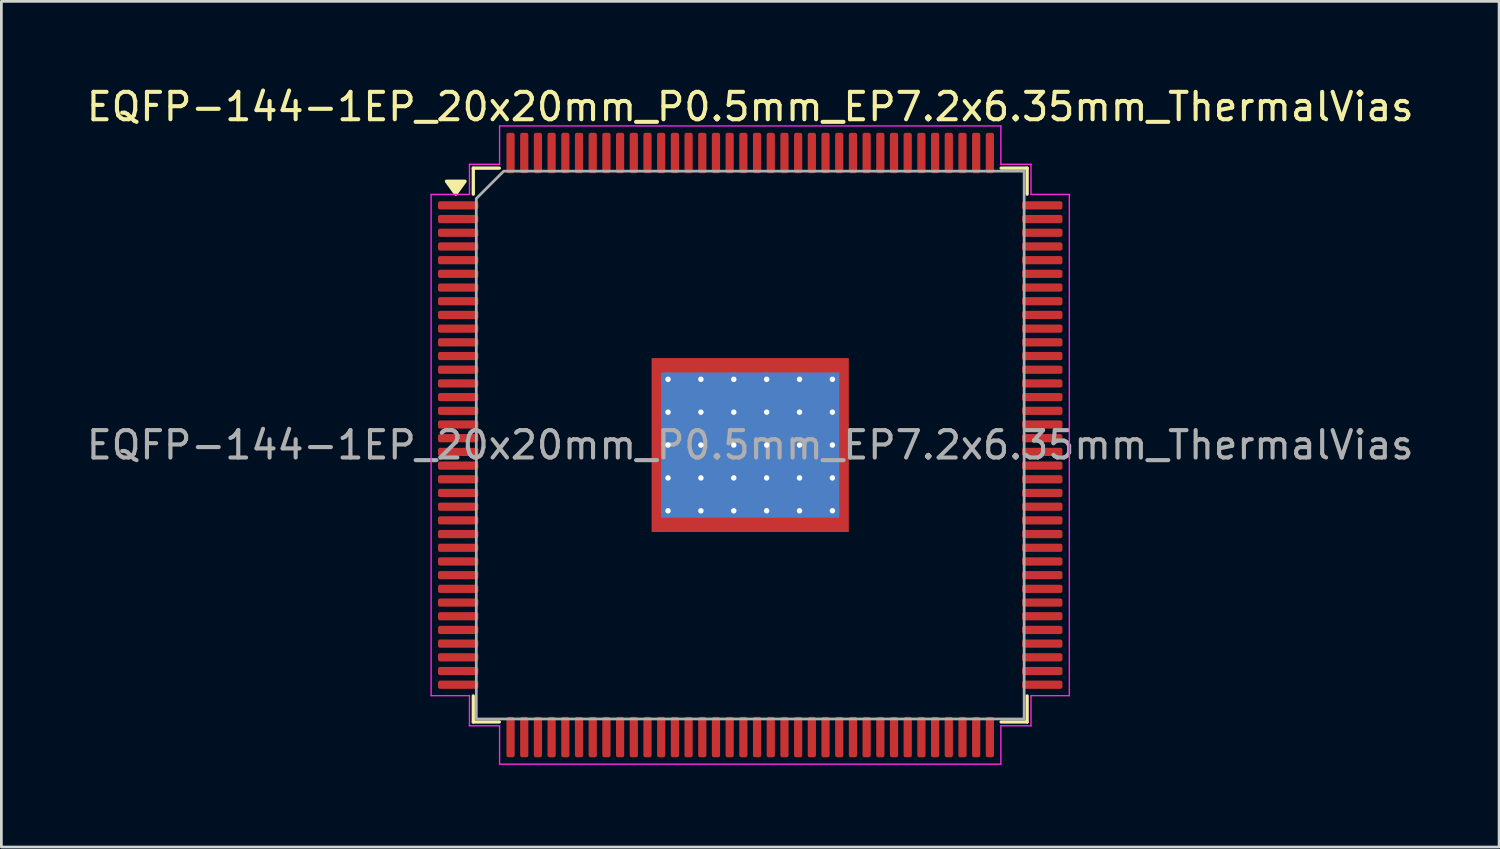
<source format=kicad_pcb>
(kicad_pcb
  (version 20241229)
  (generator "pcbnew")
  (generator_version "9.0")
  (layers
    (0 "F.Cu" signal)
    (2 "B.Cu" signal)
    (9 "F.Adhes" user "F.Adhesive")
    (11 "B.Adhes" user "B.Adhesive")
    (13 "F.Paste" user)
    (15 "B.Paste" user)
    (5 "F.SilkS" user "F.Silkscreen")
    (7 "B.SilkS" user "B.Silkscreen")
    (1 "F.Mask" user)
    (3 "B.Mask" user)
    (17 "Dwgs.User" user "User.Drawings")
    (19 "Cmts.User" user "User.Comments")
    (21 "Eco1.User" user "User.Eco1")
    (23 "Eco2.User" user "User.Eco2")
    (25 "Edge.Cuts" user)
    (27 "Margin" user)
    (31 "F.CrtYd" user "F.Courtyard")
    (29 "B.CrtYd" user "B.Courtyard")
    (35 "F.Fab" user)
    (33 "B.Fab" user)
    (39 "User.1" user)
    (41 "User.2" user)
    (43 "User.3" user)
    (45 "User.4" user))
  (footprint "EQFP-144-1EP_20x20mm_P0.5mm_EP7.2x6.35mm_ThermalVias"
    (layer "F.Cu")
    (at 24.339 13.198)
    (property "Reference" "EQFP-144-1EP_20x20mm_P0.5mm_EP7.2x6.35mm_ThermalVias" (at 0 -12.35 0) (layer "F.SilkS") (effects (font (size 1 1) (thickness 0.15))))
    (attr smd)
    (fp_line (start -10.11 -10.11) (end -9.16 -10.11) (stroke (width 0.12) (type solid)) (layer "F.SilkS"))
    (fp_line (start -10.11 -9.16) (end -10.11 -10.11) (stroke (width 0.12) (type solid)) (layer "F.SilkS"))
    (fp_line (start -10.11 10.11) (end -10.11 9.16) (stroke (width 0.12) (type solid)) (layer "F.SilkS"))
    (fp_line (start -9.16 10.11) (end -10.11 10.11) (stroke (width 0.12) (type solid)) (layer "F.SilkS"))
    (fp_line (start 9.16 -10.11) (end 10.11 -10.11) (stroke (width 0.12) (type solid)) (layer "F.SilkS"))
    (fp_line (start 10.11 -10.11) (end 10.11 -9.16) (stroke (width 0.12) (type solid)) (layer "F.SilkS"))
    (fp_line (start 10.11 9.16) (end 10.11 10.11) (stroke (width 0.12) (type solid)) (layer "F.SilkS"))
    (fp_line (start 10.11 10.11) (end 9.16 10.11) (stroke (width 0.12) (type solid)) (layer "F.SilkS"))
    (fp_poly (pts (xy -10.75 -9.16) (xy -11.09 -9.63) (xy -10.41 -9.63)) (stroke (width 0.12) (type solid)) (fill yes) (layer "F.SilkS"))
    (fp_line (start -11.65 -9.15) (end -10.25 -9.15) (stroke (width 0.05) (type solid)) (layer "F.CrtYd"))
    (fp_line (start -11.65 9.15) (end -11.65 -9.15) (stroke (width 0.05) (type solid)) (layer "F.CrtYd"))
    (fp_line (start -10.25 -10.25) (end -9.15 -10.25) (stroke (width 0.05) (type solid)) (layer "F.CrtYd"))
    (fp_line (start -10.25 -9.15) (end -10.25 -10.25) (stroke (width 0.05) (type solid)) (layer "F.CrtYd"))
    (fp_line (start -10.25 9.15) (end -11.65 9.15) (stroke (width 0.05) (type solid)) (layer "F.CrtYd"))
    (fp_line (start -10.25 10.25) (end -10.25 9.15) (stroke (width 0.05) (type solid)) (layer "F.CrtYd"))
    (fp_line (start -9.15 -11.65) (end 9.15 -11.65) (stroke (width 0.05) (type solid)) (layer "F.CrtYd"))
    (fp_line (start -9.15 -10.25) (end -9.15 -11.65) (stroke (width 0.05) (type solid)) (layer "F.CrtYd"))
    (fp_line (start -9.15 10.25) (end -10.25 10.25) (stroke (width 0.05) (type solid)) (layer "F.CrtYd"))
    (fp_line (start -9.15 11.65) (end -9.15 10.25) (stroke (width 0.05) (type solid)) (layer "F.CrtYd"))
    (fp_line (start 9.15 -11.65) (end 9.15 -10.25) (stroke (width 0.05) (type solid)) (layer "F.CrtYd"))
    (fp_line (start 9.15 -10.25) (end 10.25 -10.25) (stroke (width 0.05) (type solid)) (layer "F.CrtYd"))
    (fp_line (start 9.15 10.25) (end 9.15 11.65) (stroke (width 0.05) (type solid)) (layer "F.CrtYd"))
    (fp_line (start 9.15 11.65) (end -9.15 11.65) (stroke (width 0.05) (type solid)) (layer "F.CrtYd"))
    (fp_line (start 10.25 -10.25) (end 10.25 -9.15) (stroke (width 0.05) (type solid)) (layer "F.CrtYd"))
    (fp_line (start 10.25 -9.15) (end 11.65 -9.15) (stroke (width 0.05) (type solid)) (layer "F.CrtYd"))
    (fp_line (start 10.25 9.15) (end 10.25 10.25) (stroke (width 0.05) (type solid)) (layer "F.CrtYd"))
    (fp_line (start 10.25 10.25) (end 9.15 10.25) (stroke (width 0.05) (type solid)) (layer "F.CrtYd"))
    (fp_line (start 11.65 -9.15) (end 11.65 9.15) (stroke (width 0.05) (type solid)) (layer "F.CrtYd"))
    (fp_line (start 11.65 9.15) (end 10.25 9.15) (stroke (width 0.05) (type solid)) (layer "F.CrtYd"))
    (fp_poly (pts (xy -10 -9) (xy -10 10) (xy 10 10) (xy 10 -10) (xy -9 -10)) (stroke (width 0.1) (type solid)) (fill no) (layer "F.Fab"))
    (fp_text user "${REFERENCE}" (at 0 0 0) (layer "F.Fab") (effects (font (size 1 1) (thickness 0.15))))
    (pad "" smd roundrect (at -3 -2.54) (size 0.97 1.02) (layers "F.Paste") (roundrect_rratio 0.25))
    (pad "" smd roundrect (at -3 -1.27) (size 0.97 1.02) (layers "F.Paste") (roundrect_rratio 0.25))
    (pad "" smd roundrect (at -3 0) (size 0.97 1.02) (layers "F.Paste") (roundrect_rratio 0.25))
    (pad "" smd roundrect (at -3 1.27) (size 0.97 1.02) (layers "F.Paste") (roundrect_rratio 0.25))
    (pad "" smd roundrect (at -3 2.54) (size 0.97 1.02) (layers "F.Paste") (roundrect_rratio 0.25))
    (pad "" smd roundrect (at -1.8 -2.54) (size 0.97 1.02) (layers "F.Paste") (roundrect_rratio 0.25))
    (pad "" smd roundrect (at -1.8 -1.27) (size 0.97 1.02) (layers "F.Paste") (roundrect_rratio 0.25))
    (pad "" smd roundrect (at -1.8 0) (size 0.97 1.02) (layers "F.Paste") (roundrect_rratio 0.25))
    (pad "" smd roundrect (at -1.8 1.27) (size 0.97 1.02) (layers "F.Paste") (roundrect_rratio 0.25))
    (pad "" smd roundrect (at -1.8 2.54) (size 0.97 1.02) (layers "F.Paste") (roundrect_rratio 0.25))
    (pad "" smd roundrect (at -0.6 -2.54) (size 0.97 1.02) (layers "F.Paste") (roundrect_rratio 0.25))
    (pad "" smd roundrect (at -0.6 -1.27) (size 0.97 1.02) (layers "F.Paste") (roundrect_rratio 0.25))
    (pad "" smd roundrect (at -0.6 0) (size 0.97 1.02) (layers "F.Paste") (roundrect_rratio 0.25))
    (pad "" smd roundrect (at -0.6 1.27) (size 0.97 1.02) (layers "F.Paste") (roundrect_rratio 0.25))
    (pad "" smd roundrect (at -0.6 2.54) (size 0.97 1.02) (layers "F.Paste") (roundrect_rratio 0.25))
    (pad "" smd roundrect (at 0.6 -2.54) (size 0.97 1.02) (layers "F.Paste") (roundrect_rratio 0.25))
    (pad "" smd roundrect (at 0.6 -1.27) (size 0.97 1.02) (layers "F.Paste") (roundrect_rratio 0.25))
    (pad "" smd roundrect (at 0.6 0) (size 0.97 1.02) (layers "F.Paste") (roundrect_rratio 0.25))
    (pad "" smd roundrect (at 0.6 1.27) (size 0.97 1.02) (layers "F.Paste") (roundrect_rratio 0.25))
    (pad "" smd roundrect (at 0.6 2.54) (size 0.97 1.02) (layers "F.Paste") (roundrect_rratio 0.25))
    (pad "" smd roundrect (at 1.8 -2.54) (size 0.97 1.02) (layers "F.Paste") (roundrect_rratio 0.25))
    (pad "" smd roundrect (at 1.8 -1.27) (size 0.97 1.02) (layers "F.Paste") (roundrect_rratio 0.25))
    (pad "" smd roundrect (at 1.8 0) (size 0.97 1.02) (layers "F.Paste") (roundrect_rratio 0.25))
    (pad "" smd roundrect (at 1.8 1.27) (size 0.97 1.02) (layers "F.Paste") (roundrect_rratio 0.25))
    (pad "" smd roundrect (at 1.8 2.54) (size 0.97 1.02) (layers "F.Paste") (roundrect_rratio 0.25))
    (pad "" smd roundrect (at 3 -2.54) (size 0.97 1.02) (layers "F.Paste") (roundrect_rratio 0.25))
    (pad "" smd roundrect (at 3 -1.27) (size 0.97 1.02) (layers "F.Paste") (roundrect_rratio 0.25))
    (pad "" smd roundrect (at 3 0) (size 0.97 1.02) (layers "F.Paste") (roundrect_rratio 0.25))
    (pad "" smd roundrect (at 3 1.27) (size 0.97 1.02) (layers "F.Paste") (roundrect_rratio 0.25))
    (pad "" smd roundrect (at 3 2.54) (size 0.97 1.02) (layers "F.Paste") (roundrect_rratio 0.25))
    (pad "1" smd roundrect (at -10.662 -8.75) (size 1.475 0.3) (layers "F.Cu" "F.Mask" "F.Paste") (roundrect_rratio 0.25))
    (pad "2" smd roundrect (at -10.662 -8.25) (size 1.475 0.3) (layers "F.Cu" "F.Mask" "F.Paste") (roundrect_rratio 0.25))
    (pad "3" smd roundrect (at -10.662 -7.75) (size 1.475 0.3) (layers "F.Cu" "F.Mask" "F.Paste") (roundrect_rratio 0.25))
    (pad "4" smd roundrect (at -10.662 -7.25) (size 1.475 0.3) (layers "F.Cu" "F.Mask" "F.Paste") (roundrect_rratio 0.25))
    (pad "5" smd roundrect (at -10.662 -6.75) (size 1.475 0.3) (layers "F.Cu" "F.Mask" "F.Paste") (roundrect_rratio 0.25))
    (pad "6" smd roundrect (at -10.662 -6.25) (size 1.475 0.3) (layers "F.Cu" "F.Mask" "F.Paste") (roundrect_rratio 0.25))
    (pad "7" smd roundrect (at -10.662 -5.75) (size 1.475 0.3) (layers "F.Cu" "F.Mask" "F.Paste") (roundrect_rratio 0.25))
    (pad "8" smd roundrect (at -10.662 -5.25) (size 1.475 0.3) (layers "F.Cu" "F.Mask" "F.Paste") (roundrect_rratio 0.25))
    (pad "9" smd roundrect (at -10.662 -4.75) (size 1.475 0.3) (layers "F.Cu" "F.Mask" "F.Paste") (roundrect_rratio 0.25))
    (pad "10" smd roundrect (at -10.662 -4.25) (size 1.475 0.3) (layers "F.Cu" "F.Mask" "F.Paste") (roundrect_rratio 0.25))
    (pad "11" smd roundrect (at -10.662 -3.75) (size 1.475 0.3) (layers "F.Cu" "F.Mask" "F.Paste") (roundrect_rratio 0.25))
    (pad "12" smd roundrect (at -10.662 -3.25) (size 1.475 0.3) (layers "F.Cu" "F.Mask" "F.Paste") (roundrect_rratio 0.25))
    (pad "13" smd roundrect (at -10.662 -2.75) (size 1.475 0.3) (layers "F.Cu" "F.Mask" "F.Paste") (roundrect_rratio 0.25))
    (pad "14" smd roundrect (at -10.662 -2.25) (size 1.475 0.3) (layers "F.Cu" "F.Mask" "F.Paste") (roundrect_rratio 0.25))
    (pad "15" smd roundrect (at -10.662 -1.75) (size 1.475 0.3) (layers "F.Cu" "F.Mask" "F.Paste") (roundrect_rratio 0.25))
    (pad "16" smd roundrect (at -10.662 -1.25) (size 1.475 0.3) (layers "F.Cu" "F.Mask" "F.Paste") (roundrect_rratio 0.25))
    (pad "17" smd roundrect (at -10.662 -0.75) (size 1.475 0.3) (layers "F.Cu" "F.Mask" "F.Paste") (roundrect_rratio 0.25))
    (pad "18" smd roundrect (at -10.662 -0.25) (size 1.475 0.3) (layers "F.Cu" "F.Mask" "F.Paste") (roundrect_rratio 0.25))
    (pad "19" smd roundrect (at -10.662 0.25) (size 1.475 0.3) (layers "F.Cu" "F.Mask" "F.Paste") (roundrect_rratio 0.25))
    (pad "20" smd roundrect (at -10.662 0.75) (size 1.475 0.3) (layers "F.Cu" "F.Mask" "F.Paste") (roundrect_rratio 0.25))
    (pad "21" smd roundrect (at -10.662 1.25) (size 1.475 0.3) (layers "F.Cu" "F.Mask" "F.Paste") (roundrect_rratio 0.25))
    (pad "22" smd roundrect (at -10.662 1.75) (size 1.475 0.3) (layers "F.Cu" "F.Mask" "F.Paste") (roundrect_rratio 0.25))
    (pad "23" smd roundrect (at -10.662 2.25) (size 1.475 0.3) (layers "F.Cu" "F.Mask" "F.Paste") (roundrect_rratio 0.25))
    (pad "24" smd roundrect (at -10.662 2.75) (size 1.475 0.3) (layers "F.Cu" "F.Mask" "F.Paste") (roundrect_rratio 0.25))
    (pad "25" smd roundrect (at -10.662 3.25) (size 1.475 0.3) (layers "F.Cu" "F.Mask" "F.Paste") (roundrect_rratio 0.25))
    (pad "26" smd roundrect (at -10.662 3.75) (size 1.475 0.3) (layers "F.Cu" "F.Mask" "F.Paste") (roundrect_rratio 0.25))
    (pad "27" smd roundrect (at -10.662 4.25) (size 1.475 0.3) (layers "F.Cu" "F.Mask" "F.Paste") (roundrect_rratio 0.25))
    (pad "28" smd roundrect (at -10.662 4.75) (size 1.475 0.3) (layers "F.Cu" "F.Mask" "F.Paste") (roundrect_rratio 0.25))
    (pad "29" smd roundrect (at -10.662 5.25) (size 1.475 0.3) (layers "F.Cu" "F.Mask" "F.Paste") (roundrect_rratio 0.25))
    (pad "30" smd roundrect (at -10.662 5.75) (size 1.475 0.3) (layers "F.Cu" "F.Mask" "F.Paste") (roundrect_rratio 0.25))
    (pad "31" smd roundrect (at -10.662 6.25) (size 1.475 0.3) (layers "F.Cu" "F.Mask" "F.Paste") (roundrect_rratio 0.25))
    (pad "32" smd roundrect (at -10.662 6.75) (size 1.475 0.3) (layers "F.Cu" "F.Mask" "F.Paste") (roundrect_rratio 0.25))
    (pad "33" smd roundrect (at -10.662 7.25) (size 1.475 0.3) (layers "F.Cu" "F.Mask" "F.Paste") (roundrect_rratio 0.25))
    (pad "34" smd roundrect (at -10.662 7.75) (size 1.475 0.3) (layers "F.Cu" "F.Mask" "F.Paste") (roundrect_rratio 0.25))
    (pad "35" smd roundrect (at -10.662 8.25) (size 1.475 0.3) (layers "F.Cu" "F.Mask" "F.Paste") (roundrect_rratio 0.25))
    (pad "36" smd roundrect (at -10.662 8.75) (size 1.475 0.3) (layers "F.Cu" "F.Mask" "F.Paste") (roundrect_rratio 0.25))
    (pad "37" smd roundrect (at -8.75 10.662) (size 0.3 1.475) (layers "F.Cu" "F.Mask" "F.Paste") (roundrect_rratio 0.25))
    (pad "38" smd roundrect (at -8.25 10.662) (size 0.3 1.475) (layers "F.Cu" "F.Mask" "F.Paste") (roundrect_rratio 0.25))
    (pad "39" smd roundrect (at -7.75 10.662) (size 0.3 1.475) (layers "F.Cu" "F.Mask" "F.Paste") (roundrect_rratio 0.25))
    (pad "40" smd roundrect (at -7.25 10.662) (size 0.3 1.475) (layers "F.Cu" "F.Mask" "F.Paste") (roundrect_rratio 0.25))
    (pad "41" smd roundrect (at -6.75 10.662) (size 0.3 1.475) (layers "F.Cu" "F.Mask" "F.Paste") (roundrect_rratio 0.25))
    (pad "42" smd roundrect (at -6.25 10.662) (size 0.3 1.475) (layers "F.Cu" "F.Mask" "F.Paste") (roundrect_rratio 0.25))
    (pad "43" smd roundrect (at -5.75 10.662) (size 0.3 1.475) (layers "F.Cu" "F.Mask" "F.Paste") (roundrect_rratio 0.25))
    (pad "44" smd roundrect (at -5.25 10.662) (size 0.3 1.475) (layers "F.Cu" "F.Mask" "F.Paste") (roundrect_rratio 0.25))
    (pad "45" smd roundrect (at -4.75 10.662) (size 0.3 1.475) (layers "F.Cu" "F.Mask" "F.Paste") (roundrect_rratio 0.25))
    (pad "46" smd roundrect (at -4.25 10.662) (size 0.3 1.475) (layers "F.Cu" "F.Mask" "F.Paste") (roundrect_rratio 0.25))
    (pad "47" smd roundrect (at -3.75 10.662) (size 0.3 1.475) (layers "F.Cu" "F.Mask" "F.Paste") (roundrect_rratio 0.25))
    (pad "48" smd roundrect (at -3.25 10.662) (size 0.3 1.475) (layers "F.Cu" "F.Mask" "F.Paste") (roundrect_rratio 0.25))
    (pad "49" smd roundrect (at -2.75 10.662) (size 0.3 1.475) (layers "F.Cu" "F.Mask" "F.Paste") (roundrect_rratio 0.25))
    (pad "50" smd roundrect (at -2.25 10.662) (size 0.3 1.475) (layers "F.Cu" "F.Mask" "F.Paste") (roundrect_rratio 0.25))
    (pad "51" smd roundrect (at -1.75 10.662) (size 0.3 1.475) (layers "F.Cu" "F.Mask" "F.Paste") (roundrect_rratio 0.25))
    (pad "52" smd roundrect (at -1.25 10.662) (size 0.3 1.475) (layers "F.Cu" "F.Mask" "F.Paste") (roundrect_rratio 0.25))
    (pad "53" smd roundrect (at -0.75 10.662) (size 0.3 1.475) (layers "F.Cu" "F.Mask" "F.Paste") (roundrect_rratio 0.25))
    (pad "54" smd roundrect (at -0.25 10.662) (size 0.3 1.475) (layers "F.Cu" "F.Mask" "F.Paste") (roundrect_rratio 0.25))
    (pad "55" smd roundrect (at 0.25 10.662) (size 0.3 1.475) (layers "F.Cu" "F.Mask" "F.Paste") (roundrect_rratio 0.25))
    (pad "56" smd roundrect (at 0.75 10.662) (size 0.3 1.475) (layers "F.Cu" "F.Mask" "F.Paste") (roundrect_rratio 0.25))
    (pad "57" smd roundrect (at 1.25 10.662) (size 0.3 1.475) (layers "F.Cu" "F.Mask" "F.Paste") (roundrect_rratio 0.25))
    (pad "58" smd roundrect (at 1.75 10.662) (size 0.3 1.475) (layers "F.Cu" "F.Mask" "F.Paste") (roundrect_rratio 0.25))
    (pad "59" smd roundrect (at 2.25 10.662) (size 0.3 1.475) (layers "F.Cu" "F.Mask" "F.Paste") (roundrect_rratio 0.25))
    (pad "60" smd roundrect (at 2.75 10.662) (size 0.3 1.475) (layers "F.Cu" "F.Mask" "F.Paste") (roundrect_rratio 0.25))
    (pad "61" smd roundrect (at 3.25 10.662) (size 0.3 1.475) (layers "F.Cu" "F.Mask" "F.Paste") (roundrect_rratio 0.25))
    (pad "62" smd roundrect (at 3.75 10.662) (size 0.3 1.475) (layers "F.Cu" "F.Mask" "F.Paste") (roundrect_rratio 0.25))
    (pad "63" smd roundrect (at 4.25 10.662) (size 0.3 1.475) (layers "F.Cu" "F.Mask" "F.Paste") (roundrect_rratio 0.25))
    (pad "64" smd roundrect (at 4.75 10.662) (size 0.3 1.475) (layers "F.Cu" "F.Mask" "F.Paste") (roundrect_rratio 0.25))
    (pad "65" smd roundrect (at 5.25 10.662) (size 0.3 1.475) (layers "F.Cu" "F.Mask" "F.Paste") (roundrect_rratio 0.25))
    (pad "66" smd roundrect (at 5.75 10.662) (size 0.3 1.475) (layers "F.Cu" "F.Mask" "F.Paste") (roundrect_rratio 0.25))
    (pad "67" smd roundrect (at 6.25 10.662) (size 0.3 1.475) (layers "F.Cu" "F.Mask" "F.Paste") (roundrect_rratio 0.25))
    (pad "68" smd roundrect (at 6.75 10.662) (size 0.3 1.475) (layers "F.Cu" "F.Mask" "F.Paste") (roundrect_rratio 0.25))
    (pad "69" smd roundrect (at 7.25 10.662) (size 0.3 1.475) (layers "F.Cu" "F.Mask" "F.Paste") (roundrect_rratio 0.25))
    (pad "70" smd roundrect (at 7.75 10.662) (size 0.3 1.475) (layers "F.Cu" "F.Mask" "F.Paste") (roundrect_rratio 0.25))
    (pad "71" smd roundrect (at 8.25 10.662) (size 0.3 1.475) (layers "F.Cu" "F.Mask" "F.Paste") (roundrect_rratio 0.25))
    (pad "72" smd roundrect (at 8.75 10.662) (size 0.3 1.475) (layers "F.Cu" "F.Mask" "F.Paste") (roundrect_rratio 0.25))
    (pad "73" smd roundrect (at 10.662 8.75) (size 1.475 0.3) (layers "F.Cu" "F.Mask" "F.Paste") (roundrect_rratio 0.25))
    (pad "74" smd roundrect (at 10.662 8.25) (size 1.475 0.3) (layers "F.Cu" "F.Mask" "F.Paste") (roundrect_rratio 0.25))
    (pad "75" smd roundrect (at 10.662 7.75) (size 1.475 0.3) (layers "F.Cu" "F.Mask" "F.Paste") (roundrect_rratio 0.25))
    (pad "76" smd roundrect (at 10.662 7.25) (size 1.475 0.3) (layers "F.Cu" "F.Mask" "F.Paste") (roundrect_rratio 0.25))
    (pad "77" smd roundrect (at 10.662 6.75) (size 1.475 0.3) (layers "F.Cu" "F.Mask" "F.Paste") (roundrect_rratio 0.25))
    (pad "78" smd roundrect (at 10.662 6.25) (size 1.475 0.3) (layers "F.Cu" "F.Mask" "F.Paste") (roundrect_rratio 0.25))
    (pad "79" smd roundrect (at 10.662 5.75) (size 1.475 0.3) (layers "F.Cu" "F.Mask" "F.Paste") (roundrect_rratio 0.25))
    (pad "80" smd roundrect (at 10.662 5.25) (size 1.475 0.3) (layers "F.Cu" "F.Mask" "F.Paste") (roundrect_rratio 0.25))
    (pad "81" smd roundrect (at 10.662 4.75) (size 1.475 0.3) (layers "F.Cu" "F.Mask" "F.Paste") (roundrect_rratio 0.25))
    (pad "82" smd roundrect (at 10.662 4.25) (size 1.475 0.3) (layers "F.Cu" "F.Mask" "F.Paste") (roundrect_rratio 0.25))
    (pad "83" smd roundrect (at 10.662 3.75) (size 1.475 0.3) (layers "F.Cu" "F.Mask" "F.Paste") (roundrect_rratio 0.25))
    (pad "84" smd roundrect (at 10.662 3.25) (size 1.475 0.3) (layers "F.Cu" "F.Mask" "F.Paste") (roundrect_rratio 0.25))
    (pad "85" smd roundrect (at 10.662 2.75) (size 1.475 0.3) (layers "F.Cu" "F.Mask" "F.Paste") (roundrect_rratio 0.25))
    (pad "86" smd roundrect (at 10.662 2.25) (size 1.475 0.3) (layers "F.Cu" "F.Mask" "F.Paste") (roundrect_rratio 0.25))
    (pad "87" smd roundrect (at 10.662 1.75) (size 1.475 0.3) (layers "F.Cu" "F.Mask" "F.Paste") (roundrect_rratio 0.25))
    (pad "88" smd roundrect (at 10.662 1.25) (size 1.475 0.3) (layers "F.Cu" "F.Mask" "F.Paste") (roundrect_rratio 0.25))
    (pad "89" smd roundrect (at 10.662 0.75) (size 1.475 0.3) (layers "F.Cu" "F.Mask" "F.Paste") (roundrect_rratio 0.25))
    (pad "90" smd roundrect (at 10.662 0.25) (size 1.475 0.3) (layers "F.Cu" "F.Mask" "F.Paste") (roundrect_rratio 0.25))
    (pad "91" smd roundrect (at 10.662 -0.25) (size 1.475 0.3) (layers "F.Cu" "F.Mask" "F.Paste") (roundrect_rratio 0.25))
    (pad "92" smd roundrect (at 10.662 -0.75) (size 1.475 0.3) (layers "F.Cu" "F.Mask" "F.Paste") (roundrect_rratio 0.25))
    (pad "93" smd roundrect (at 10.662 -1.25) (size 1.475 0.3) (layers "F.Cu" "F.Mask" "F.Paste") (roundrect_rratio 0.25))
    (pad "94" smd roundrect (at 10.662 -1.75) (size 1.475 0.3) (layers "F.Cu" "F.Mask" "F.Paste") (roundrect_rratio 0.25))
    (pad "95" smd roundrect (at 10.662 -2.25) (size 1.475 0.3) (layers "F.Cu" "F.Mask" "F.Paste") (roundrect_rratio 0.25))
    (pad "96" smd roundrect (at 10.662 -2.75) (size 1.475 0.3) (layers "F.Cu" "F.Mask" "F.Paste") (roundrect_rratio 0.25))
    (pad "97" smd roundrect (at 10.662 -3.25) (size 1.475 0.3) (layers "F.Cu" "F.Mask" "F.Paste") (roundrect_rratio 0.25))
    (pad "98" smd roundrect (at 10.662 -3.75) (size 1.475 0.3) (layers "F.Cu" "F.Mask" "F.Paste") (roundrect_rratio 0.25))
    (pad "99" smd roundrect (at 10.662 -4.25) (size 1.475 0.3) (layers "F.Cu" "F.Mask" "F.Paste") (roundrect_rratio 0.25))
    (pad "100" smd roundrect (at 10.662 -4.75) (size 1.475 0.3) (layers "F.Cu" "F.Mask" "F.Paste") (roundrect_rratio 0.25))
    (pad "101" smd roundrect (at 10.662 -5.25) (size 1.475 0.3) (layers "F.Cu" "F.Mask" "F.Paste") (roundrect_rratio 0.25))
    (pad "102" smd roundrect (at 10.662 -5.75) (size 1.475 0.3) (layers "F.Cu" "F.Mask" "F.Paste") (roundrect_rratio 0.25))
    (pad "103" smd roundrect (at 10.662 -6.25) (size 1.475 0.3) (layers "F.Cu" "F.Mask" "F.Paste") (roundrect_rratio 0.25))
    (pad "104" smd roundrect (at 10.662 -6.75) (size 1.475 0.3) (layers "F.Cu" "F.Mask" "F.Paste") (roundrect_rratio 0.25))
    (pad "105" smd roundrect (at 10.662 -7.25) (size 1.475 0.3) (layers "F.Cu" "F.Mask" "F.Paste") (roundrect_rratio 0.25))
    (pad "106" smd roundrect (at 10.662 -7.75) (size 1.475 0.3) (layers "F.Cu" "F.Mask" "F.Paste") (roundrect_rratio 0.25))
    (pad "107" smd roundrect (at 10.662 -8.25) (size 1.475 0.3) (layers "F.Cu" "F.Mask" "F.Paste") (roundrect_rratio 0.25))
    (pad "108" smd roundrect (at 10.662 -8.75) (size 1.475 0.3) (layers "F.Cu" "F.Mask" "F.Paste") (roundrect_rratio 0.25))
    (pad "109" smd roundrect (at 8.75 -10.662) (size 0.3 1.475) (layers "F.Cu" "F.Mask" "F.Paste") (roundrect_rratio 0.25))
    (pad "110" smd roundrect (at 8.25 -10.662) (size 0.3 1.475) (layers "F.Cu" "F.Mask" "F.Paste") (roundrect_rratio 0.25))
    (pad "111" smd roundrect (at 7.75 -10.662) (size 0.3 1.475) (layers "F.Cu" "F.Mask" "F.Paste") (roundrect_rratio 0.25))
    (pad "112" smd roundrect (at 7.25 -10.662) (size 0.3 1.475) (layers "F.Cu" "F.Mask" "F.Paste") (roundrect_rratio 0.25))
    (pad "113" smd roundrect (at 6.75 -10.662) (size 0.3 1.475) (layers "F.Cu" "F.Mask" "F.Paste") (roundrect_rratio 0.25))
    (pad "114" smd roundrect (at 6.25 -10.662) (size 0.3 1.475) (layers "F.Cu" "F.Mask" "F.Paste") (roundrect_rratio 0.25))
    (pad "115" smd roundrect (at 5.75 -10.662) (size 0.3 1.475) (layers "F.Cu" "F.Mask" "F.Paste") (roundrect_rratio 0.25))
    (pad "116" smd roundrect (at 5.25 -10.662) (size 0.3 1.475) (layers "F.Cu" "F.Mask" "F.Paste") (roundrect_rratio 0.25))
    (pad "117" smd roundrect (at 4.75 -10.662) (size 0.3 1.475) (layers "F.Cu" "F.Mask" "F.Paste") (roundrect_rratio 0.25))
    (pad "118" smd roundrect (at 4.25 -10.662) (size 0.3 1.475) (layers "F.Cu" "F.Mask" "F.Paste") (roundrect_rratio 0.25))
    (pad "119" smd roundrect (at 3.75 -10.662) (size 0.3 1.475) (layers "F.Cu" "F.Mask" "F.Paste") (roundrect_rratio 0.25))
    (pad "120" smd roundrect (at 3.25 -10.662) (size 0.3 1.475) (layers "F.Cu" "F.Mask" "F.Paste") (roundrect_rratio 0.25))
    (pad "121" smd roundrect (at 2.75 -10.662) (size 0.3 1.475) (layers "F.Cu" "F.Mask" "F.Paste") (roundrect_rratio 0.25))
    (pad "122" smd roundrect (at 2.25 -10.662) (size 0.3 1.475) (layers "F.Cu" "F.Mask" "F.Paste") (roundrect_rratio 0.25))
    (pad "123" smd roundrect (at 1.75 -10.662) (size 0.3 1.475) (layers "F.Cu" "F.Mask" "F.Paste") (roundrect_rratio 0.25))
    (pad "124" smd roundrect (at 1.25 -10.662) (size 0.3 1.475) (layers "F.Cu" "F.Mask" "F.Paste") (roundrect_rratio 0.25))
    (pad "125" smd roundrect (at 0.75 -10.662) (size 0.3 1.475) (layers "F.Cu" "F.Mask" "F.Paste") (roundrect_rratio 0.25))
    (pad "126" smd roundrect (at 0.25 -10.662) (size 0.3 1.475) (layers "F.Cu" "F.Mask" "F.Paste") (roundrect_rratio 0.25))
    (pad "127" smd roundrect (at -0.25 -10.662) (size 0.3 1.475) (layers "F.Cu" "F.Mask" "F.Paste") (roundrect_rratio 0.25))
    (pad "128" smd roundrect (at -0.75 -10.662) (size 0.3 1.475) (layers "F.Cu" "F.Mask" "F.Paste") (roundrect_rratio 0.25))
    (pad "129" smd roundrect (at -1.25 -10.662) (size 0.3 1.475) (layers "F.Cu" "F.Mask" "F.Paste") (roundrect_rratio 0.25))
    (pad "130" smd roundrect (at -1.75 -10.662) (size 0.3 1.475) (layers "F.Cu" "F.Mask" "F.Paste") (roundrect_rratio 0.25))
    (pad "131" smd roundrect (at -2.25 -10.662) (size 0.3 1.475) (layers "F.Cu" "F.Mask" "F.Paste") (roundrect_rratio 0.25))
    (pad "132" smd roundrect (at -2.75 -10.662) (size 0.3 1.475) (layers "F.Cu" "F.Mask" "F.Paste") (roundrect_rratio 0.25))
    (pad "133" smd roundrect (at -3.25 -10.662) (size 0.3 1.475) (layers "F.Cu" "F.Mask" "F.Paste") (roundrect_rratio 0.25))
    (pad "134" smd roundrect (at -3.75 -10.662) (size 0.3 1.475) (layers "F.Cu" "F.Mask" "F.Paste") (roundrect_rratio 0.25))
    (pad "135" smd roundrect (at -4.25 -10.662) (size 0.3 1.475) (layers "F.Cu" "F.Mask" "F.Paste") (roundrect_rratio 0.25))
    (pad "136" smd roundrect (at -4.75 -10.662) (size 0.3 1.475) (layers "F.Cu" "F.Mask" "F.Paste") (roundrect_rratio 0.25))
    (pad "137" smd roundrect (at -5.25 -10.662) (size 0.3 1.475) (layers "F.Cu" "F.Mask" "F.Paste") (roundrect_rratio 0.25))
    (pad "138" smd roundrect (at -5.75 -10.662) (size 0.3 1.475) (layers "F.Cu" "F.Mask" "F.Paste") (roundrect_rratio 0.25))
    (pad "139" smd roundrect (at -6.25 -10.662) (size 0.3 1.475) (layers "F.Cu" "F.Mask" "F.Paste") (roundrect_rratio 0.25))
    (pad "140" smd roundrect (at -6.75 -10.662) (size 0.3 1.475) (layers "F.Cu" "F.Mask" "F.Paste") (roundrect_rratio 0.25))
    (pad "141" smd roundrect (at -7.25 -10.662) (size 0.3 1.475) (layers "F.Cu" "F.Mask" "F.Paste") (roundrect_rratio 0.25))
    (pad "142" smd roundrect (at -7.75 -10.662) (size 0.3 1.475) (layers "F.Cu" "F.Mask" "F.Paste") (roundrect_rratio 0.25))
    (pad "143" smd roundrect (at -8.25 -10.662) (size 0.3 1.475) (layers "F.Cu" "F.Mask" "F.Paste") (roundrect_rratio 0.25))
    (pad "144" smd roundrect (at -8.75 -10.662) (size 0.3 1.475) (layers "F.Cu" "F.Mask" "F.Paste") (roundrect_rratio 0.25))
    (pad "145" thru_hole circle (at -3 -2.4) (size 0.5 0.5) (drill 0.2) (property pad_prop_heatsink) (layers "*.Cu"))
    (pad "145" thru_hole circle (at -3 -1.2) (size 0.5 0.5) (drill 0.2) (property pad_prop_heatsink) (layers "*.Cu"))
    (pad "145" thru_hole circle (at -3 0) (size 0.5 0.5) (drill 0.2) (property pad_prop_heatsink) (layers "*.Cu"))
    (pad "145" thru_hole circle (at -3 1.2) (size 0.5 0.5) (drill 0.2) (property pad_prop_heatsink) (layers "*.Cu"))
    (pad "145" thru_hole circle (at -3 2.4) (size 0.5 0.5) (drill 0.2) (property pad_prop_heatsink) (layers "*.Cu"))
    (pad "145" thru_hole circle (at -1.8 -2.4) (size 0.5 0.5) (drill 0.2) (property pad_prop_heatsink) (layers "*.Cu"))
    (pad "145" thru_hole circle (at -1.8 -1.2) (size 0.5 0.5) (drill 0.2) (property pad_prop_heatsink) (layers "*.Cu"))
    (pad "145" thru_hole circle (at -1.8 0) (size 0.5 0.5) (drill 0.2) (property pad_prop_heatsink) (layers "*.Cu"))
    (pad "145" thru_hole circle (at -1.8 1.2) (size 0.5 0.5) (drill 0.2) (property pad_prop_heatsink) (layers "*.Cu"))
    (pad "145" thru_hole circle (at -1.8 2.4) (size 0.5 0.5) (drill 0.2) (property pad_prop_heatsink) (layers "*.Cu"))
    (pad "145" thru_hole circle (at -0.6 -2.4) (size 0.5 0.5) (drill 0.2) (property pad_prop_heatsink) (layers "*.Cu"))
    (pad "145" thru_hole circle (at -0.6 -1.2) (size 0.5 0.5) (drill 0.2) (property pad_prop_heatsink) (layers "*.Cu"))
    (pad "145" thru_hole circle (at -0.6 0) (size 0.5 0.5) (drill 0.2) (property pad_prop_heatsink) (layers "*.Cu"))
    (pad "145" thru_hole circle (at -0.6 1.2) (size 0.5 0.5) (drill 0.2) (property pad_prop_heatsink) (layers "*.Cu"))
    (pad "145" thru_hole circle (at -0.6 2.4) (size 0.5 0.5) (drill 0.2) (property pad_prop_heatsink) (layers "*.Cu"))
    (pad "145" smd rect (at 0 0) (size 6.5 5.3) (property pad_prop_heatsink) (layers "B.Cu"))
    (pad "145" smd rect (at 0 0) (size 7.2 6.35) (property pad_prop_heatsink) (layers "F.Cu" "F.Mask"))
    (pad "145" thru_hole circle (at 0.6 -2.4) (size 0.5 0.5) (drill 0.2) (property pad_prop_heatsink) (layers "*.Cu"))
    (pad "145" thru_hole circle (at 0.6 -1.2) (size 0.5 0.5) (drill 0.2) (property pad_prop_heatsink) (layers "*.Cu"))
    (pad "145" thru_hole circle (at 0.6 0) (size 0.5 0.5) (drill 0.2) (property pad_prop_heatsink) (layers "*.Cu"))
    (pad "145" thru_hole circle (at 0.6 1.2) (size 0.5 0.5) (drill 0.2) (property pad_prop_heatsink) (layers "*.Cu"))
    (pad "145" thru_hole circle (at 0.6 2.4) (size 0.5 0.5) (drill 0.2) (property pad_prop_heatsink) (layers "*.Cu"))
    (pad "145" thru_hole circle (at 1.8 -2.4) (size 0.5 0.5) (drill 0.2) (property pad_prop_heatsink) (layers "*.Cu"))
    (pad "145" thru_hole circle (at 1.8 -1.2) (size 0.5 0.5) (drill 0.2) (property pad_prop_heatsink) (layers "*.Cu"))
    (pad "145" thru_hole circle (at 1.8 0) (size 0.5 0.5) (drill 0.2) (property pad_prop_heatsink) (layers "*.Cu"))
    (pad "145" thru_hole circle (at 1.8 1.2) (size 0.5 0.5) (drill 0.2) (property pad_prop_heatsink) (layers "*.Cu"))
    (pad "145" thru_hole circle (at 1.8 2.4) (size 0.5 0.5) (drill 0.2) (property pad_prop_heatsink) (layers "*.Cu"))
    (pad "145" thru_hole circle (at 3 -2.4) (size 0.5 0.5) (drill 0.2) (property pad_prop_heatsink) (layers "*.Cu"))
    (pad "145" thru_hole circle (at 3 -1.2) (size 0.5 0.5) (drill 0.2) (property pad_prop_heatsink) (layers "*.Cu"))
    (pad "145" thru_hole circle (at 3 0) (size 0.5 0.5) (drill 0.2) (property pad_prop_heatsink) (layers "*.Cu"))
    (pad "145" thru_hole circle (at 3 1.2) (size 0.5 0.5) (drill 0.2) (property pad_prop_heatsink) (layers "*.Cu"))
    (pad "145" thru_hole circle (at 3 2.4) (size 0.5 0.5) (drill 0.2) (property pad_prop_heatsink) (layers "*.Cu")))
  (gr_rect
    (start -3 -3)
    (end 51.679 27.873)
    (stroke (width 0.1) (type default))
    (fill no)
    (layer "Edge.Cuts")))
</source>
